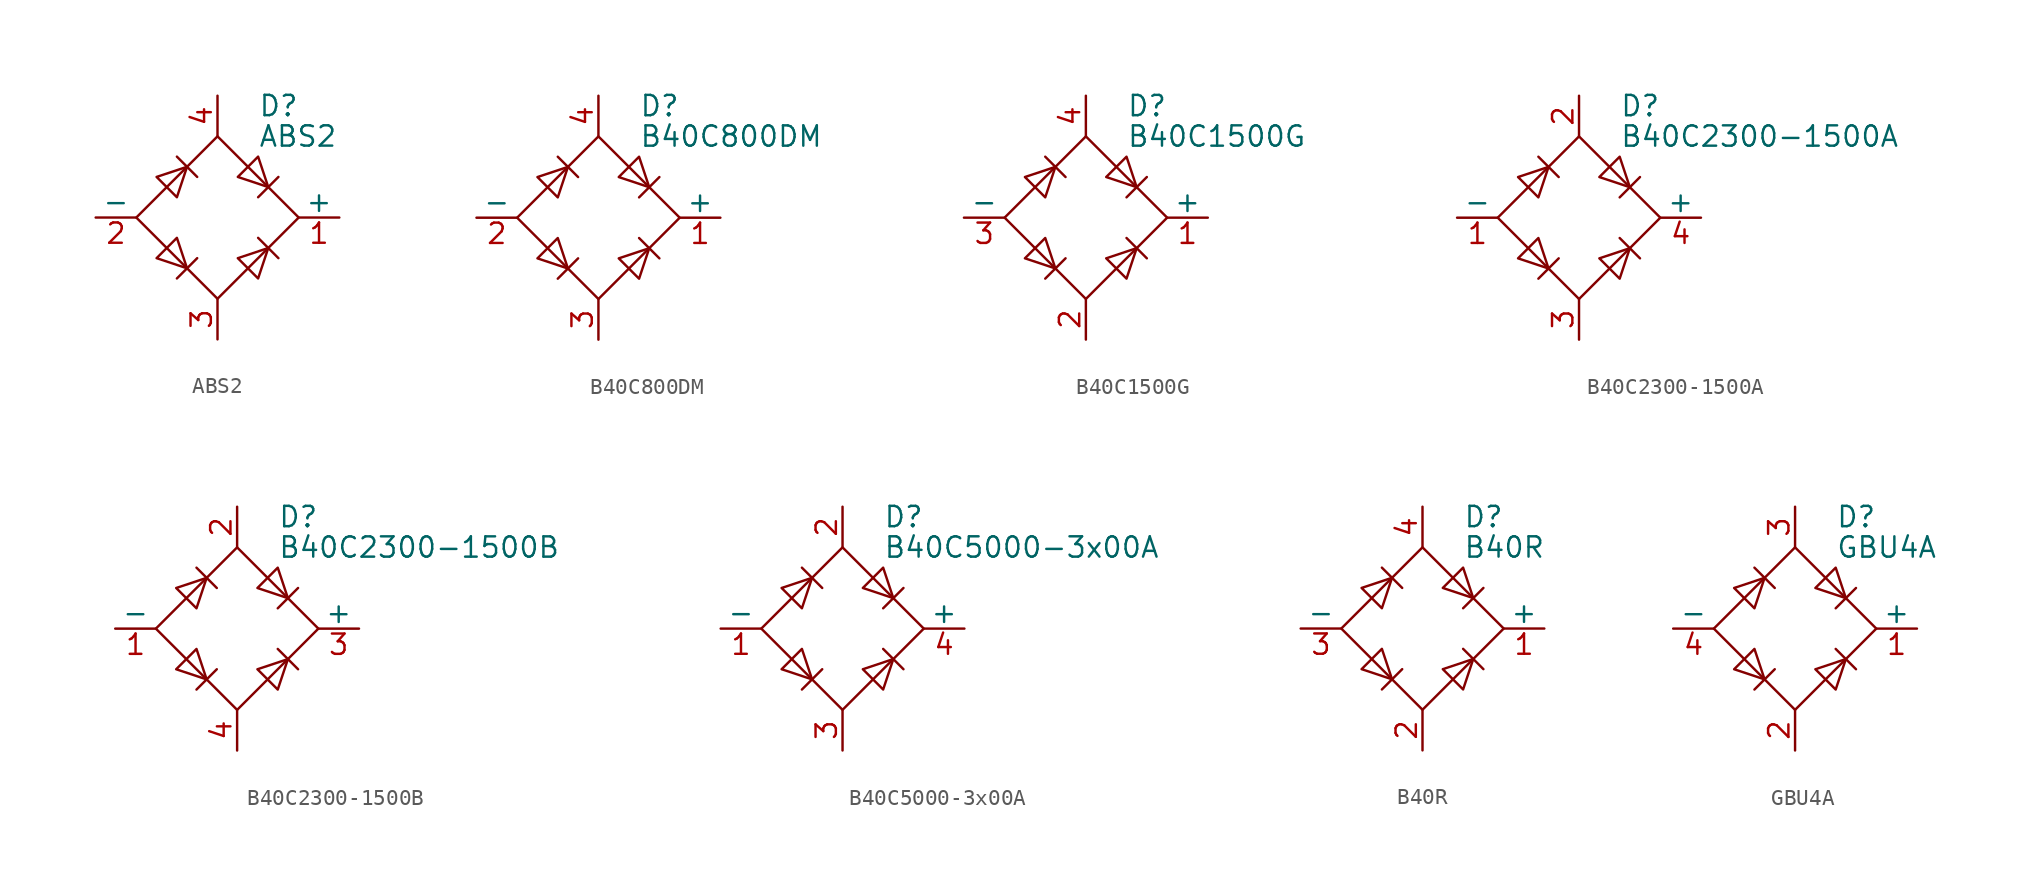
<source format=kicad_sym>
(kicad_symbol_lib
  (version 20201005)
  (generator kicad_symbol_editor)
  (symbol "Diode_Bridge:ABS2"
    (pin_names
      (offset 0))
    (property "Reference" "D"
      (at 2.54 6.985 0)
      (effects (font (size 1.27 1.27)) (justify left)))
    (property "Value" "ABS2"
      (at 2.54 5.08 0)
      (effects (font (size 1.27 1.27)) (justify left)))
    (symbol "ABS2_0_1"
      (polyline (pts (xy -2.54 3.81) (xy -1.27 2.54)) (stroke (width 0)) (fill (type none)))
      (polyline (pts (xy -1.27 -2.54) (xy -2.54 -3.81)) (stroke (width 0)) (fill (type none)))
      (polyline (pts (xy 2.54 -1.27) (xy 3.81 -2.54)) (stroke (width 0)) (fill (type none)))
      (polyline (pts (xy 2.54 1.27) (xy 3.81 2.54)) (stroke (width 0)) (fill (type none)))
      (polyline (pts (xy -3.81 2.54) (xy -2.54 1.27) (xy -1.905 3.175) (xy -3.81 2.54)) (stroke (width 0)) (fill (type none)))
      (polyline (pts (xy -2.54 -1.27) (xy -3.81 -2.54) (xy -1.905 -3.175) (xy -2.54 -1.27)) (stroke (width 0)) (fill (type none)))
      (polyline (pts (xy 1.27 2.54) (xy 2.54 3.81) (xy 3.175 1.905) (xy 1.27 2.54)) (stroke (width 0)) (fill (type none)))
      (polyline (pts (xy 3.175 -1.905) (xy 1.27 -2.54) (xy 2.54 -3.81) (xy 3.175 -1.905)) (stroke (width 0)) (fill (type none)))
      (polyline (pts (xy -5.08 0) (xy 0 -5.08) (xy 5.08 0) (xy 0 5.08) (xy -5.08 0)) (stroke (width 0)) (fill (type none))))
    (symbol "ABS2_1_1"
      (pin passive line (at 7.62 0 180) (length 2.54) (name "+" (effects (font (size 1.27 1.27)))) (number "1" (effects (font (size 1.27 1.27)))))
      (pin passive line (at -7.62 0 0) (length 2.54) (name "-" (effects (font (size 1.27 1.27)))) (number "2" (effects (font (size 1.27 1.27)))))
      (pin passive line (at 0 -7.62 90) (length 2.54) (name "~~" (effects (font (size 1.27 1.27)))) (number "3" (effects (font (size 1.27 1.27)))))
      (pin passive line (at 0 7.62 270) (length 2.54) (name "~~" (effects (font (size 1.27 1.27)))) (number "4" (effects (font (size 1.27 1.27)))))))
  (symbol "Diode_Bridge:B40C800DM"
    (pin_names
      (offset 0))
    (property "Reference" "D"
      (at 2.54 6.985 0)
      (effects (font (size 1.27 1.27)) (justify left)))
    (property "Value" "B40C800DM"
      (at 2.54 5.08 0)
      (effects (font (size 1.27 1.27)) (justify left)))
    (symbol "B40C800DM_0_1"
      (polyline (pts (xy -2.54 3.81) (xy -1.27 2.54)) (stroke (width 0)) (fill (type none)))
      (polyline (pts (xy -1.27 -2.54) (xy -2.54 -3.81)) (stroke (width 0)) (fill (type none)))
      (polyline (pts (xy 2.54 -1.27) (xy 3.81 -2.54)) (stroke (width 0)) (fill (type none)))
      (polyline (pts (xy 2.54 1.27) (xy 3.81 2.54)) (stroke (width 0)) (fill (type none)))
      (polyline (pts (xy -3.81 2.54) (xy -2.54 1.27) (xy -1.905 3.175) (xy -3.81 2.54)) (stroke (width 0)) (fill (type none)))
      (polyline (pts (xy -2.54 -1.27) (xy -3.81 -2.54) (xy -1.905 -3.175) (xy -2.54 -1.27)) (stroke (width 0)) (fill (type none)))
      (polyline (pts (xy 1.27 2.54) (xy 2.54 3.81) (xy 3.175 1.905) (xy 1.27 2.54)) (stroke (width 0)) (fill (type none)))
      (polyline (pts (xy 3.175 -1.905) (xy 1.27 -2.54) (xy 2.54 -3.81) (xy 3.175 -1.905)) (stroke (width 0)) (fill (type none)))
      (polyline (pts (xy -5.08 0) (xy 0 -5.08) (xy 5.08 0) (xy 0 5.08) (xy -5.08 0)) (stroke (width 0)) (fill (type none))))
    (symbol "B40C800DM_1_1"
      (pin passive line (at 7.62 0 180) (length 2.54) (name "+" (effects (font (size 1.27 1.27)))) (number "1" (effects (font (size 1.27 1.27)))))
      (pin passive line (at -7.62 0 0) (length 2.54) (name "-" (effects (font (size 1.27 1.27)))) (number "2" (effects (font (size 1.27 1.27)))))
      (pin passive line (at 0 -7.62 90) (length 2.54) (name "~~" (effects (font (size 1.27 1.27)))) (number "3" (effects (font (size 1.27 1.27)))))
      (pin passive line (at 0 7.62 270) (length 2.54) (name "~~" (effects (font (size 1.27 1.27)))) (number "4" (effects (font (size 1.27 1.27)))))))
  (symbol "Diode_Bridge:B40C1500G"
    (pin_names
      (offset 0))
    (property "Reference" "D"
      (at 2.54 6.985 0)
      (effects (font (size 1.27 1.27)) (justify left)))
    (property "Value" "B40C1500G"
      (at 2.54 5.08 0)
      (effects (font (size 1.27 1.27)) (justify left)))
    (symbol "B40C1500G_0_1"
      (polyline (pts (xy -2.54 3.81) (xy -1.27 2.54)) (stroke (width 0)) (fill (type none)))
      (polyline (pts (xy -1.27 -2.54) (xy -2.54 -3.81)) (stroke (width 0)) (fill (type none)))
      (polyline (pts (xy 2.54 -1.27) (xy 3.81 -2.54)) (stroke (width 0)) (fill (type none)))
      (polyline (pts (xy 2.54 1.27) (xy 3.81 2.54)) (stroke (width 0)) (fill (type none)))
      (polyline (pts (xy -3.81 2.54) (xy -2.54 1.27) (xy -1.905 3.175) (xy -3.81 2.54)) (stroke (width 0)) (fill (type none)))
      (polyline (pts (xy -2.54 -1.27) (xy -3.81 -2.54) (xy -1.905 -3.175) (xy -2.54 -1.27)) (stroke (width 0)) (fill (type none)))
      (polyline (pts (xy 1.27 2.54) (xy 2.54 3.81) (xy 3.175 1.905) (xy 1.27 2.54)) (stroke (width 0)) (fill (type none)))
      (polyline (pts (xy 3.175 -1.905) (xy 1.27 -2.54) (xy 2.54 -3.81) (xy 3.175 -1.905)) (stroke (width 0)) (fill (type none)))
      (polyline (pts (xy -5.08 0) (xy 0 -5.08) (xy 5.08 0) (xy 0 5.08) (xy -5.08 0)) (stroke (width 0)) (fill (type none))))
    (symbol "B40C1500G_1_1"
      (pin passive line (at 7.62 0 180) (length 2.54) (name "+" (effects (font (size 1.27 1.27)))) (number "1" (effects (font (size 1.27 1.27)))))
      (pin passive line (at 0 -7.62 90) (length 2.54) (name "~~" (effects (font (size 1.27 1.27)))) (number "2" (effects (font (size 1.27 1.27)))))
      (pin passive line (at -7.62 0 0) (length 2.54) (name "-" (effects (font (size 1.27 1.27)))) (number "3" (effects (font (size 1.27 1.27)))))
      (pin passive line (at 0 7.62 270) (length 2.54) (name "~~" (effects (font (size 1.27 1.27)))) (number "4" (effects (font (size 1.27 1.27)))))))
  (symbol "Diode_Bridge:B40C2300-1500A"
    (pin_names
      (offset 0))
    (property "Reference" "D"
      (at 2.54 6.985 0)
      (effects (font (size 1.27 1.27)) (justify left)))
    (property "Value" "B40C2300-1500A"
      (at 2.54 5.08 0)
      (effects (font (size 1.27 1.27)) (justify left)))
    (symbol "B40C2300-1500A_0_1"
      (polyline (pts (xy -2.54 3.81) (xy -1.27 2.54)) (stroke (width 0)) (fill (type none)))
      (polyline (pts (xy -1.27 -2.54) (xy -2.54 -3.81)) (stroke (width 0)) (fill (type none)))
      (polyline (pts (xy 2.54 -1.27) (xy 3.81 -2.54)) (stroke (width 0)) (fill (type none)))
      (polyline (pts (xy 2.54 1.27) (xy 3.81 2.54)) (stroke (width 0)) (fill (type none)))
      (polyline (pts (xy -3.81 2.54) (xy -2.54 1.27) (xy -1.905 3.175) (xy -3.81 2.54)) (stroke (width 0)) (fill (type none)))
      (polyline (pts (xy -2.54 -1.27) (xy -3.81 -2.54) (xy -1.905 -3.175) (xy -2.54 -1.27)) (stroke (width 0)) (fill (type none)))
      (polyline (pts (xy 1.27 2.54) (xy 2.54 3.81) (xy 3.175 1.905) (xy 1.27 2.54)) (stroke (width 0)) (fill (type none)))
      (polyline (pts (xy 3.175 -1.905) (xy 1.27 -2.54) (xy 2.54 -3.81) (xy 3.175 -1.905)) (stroke (width 0)) (fill (type none)))
      (polyline (pts (xy -5.08 0) (xy 0 -5.08) (xy 5.08 0) (xy 0 5.08) (xy -5.08 0)) (stroke (width 0)) (fill (type none))))
    (symbol "B40C2300-1500A_1_1"
      (pin passive line (at -7.62 0 0) (length 2.54) (name "-" (effects (font (size 1.27 1.27)))) (number "1" (effects (font (size 1.27 1.27)))))
      (pin passive line (at 0 7.62 270) (length 2.54) (name "~~" (effects (font (size 1.27 1.27)))) (number "2" (effects (font (size 1.27 1.27)))))
      (pin passive line (at 0 -7.62 90) (length 2.54) (name "~~" (effects (font (size 1.27 1.27)))) (number "3" (effects (font (size 1.27 1.27)))))
      (pin passive line (at 7.62 0 180) (length 2.54) (name "+" (effects (font (size 1.27 1.27)))) (number "4" (effects (font (size 1.27 1.27)))))))
  (symbol "Diode_Bridge:B40C2300-1500B"
    (pin_names
      (offset 0))
    (property "Reference" "D"
      (at 2.54 6.985 0)
      (effects (font (size 1.27 1.27)) (justify left)))
    (property "Value" "B40C2300-1500B"
      (at 2.54 5.08 0)
      (effects (font (size 1.27 1.27)) (justify left)))
    (symbol "B40C2300-1500B_0_1"
      (polyline (pts (xy -2.54 3.81) (xy -1.27 2.54)) (stroke (width 0)) (fill (type none)))
      (polyline (pts (xy -1.27 -2.54) (xy -2.54 -3.81)) (stroke (width 0)) (fill (type none)))
      (polyline (pts (xy 2.54 -1.27) (xy 3.81 -2.54)) (stroke (width 0)) (fill (type none)))
      (polyline (pts (xy 2.54 1.27) (xy 3.81 2.54)) (stroke (width 0)) (fill (type none)))
      (polyline (pts (xy -3.81 2.54) (xy -2.54 1.27) (xy -1.905 3.175) (xy -3.81 2.54)) (stroke (width 0)) (fill (type none)))
      (polyline (pts (xy -2.54 -1.27) (xy -3.81 -2.54) (xy -1.905 -3.175) (xy -2.54 -1.27)) (stroke (width 0)) (fill (type none)))
      (polyline (pts (xy 1.27 2.54) (xy 2.54 3.81) (xy 3.175 1.905) (xy 1.27 2.54)) (stroke (width 0)) (fill (type none)))
      (polyline (pts (xy 3.175 -1.905) (xy 1.27 -2.54) (xy 2.54 -3.81) (xy 3.175 -1.905)) (stroke (width 0)) (fill (type none)))
      (polyline (pts (xy -5.08 0) (xy 0 -5.08) (xy 5.08 0) (xy 0 5.08) (xy -5.08 0)) (stroke (width 0)) (fill (type none))))
    (symbol "B40C2300-1500B_1_1"
      (pin passive line (at -7.62 0 0) (length 2.54) (name "-" (effects (font (size 1.27 1.27)))) (number "1" (effects (font (size 1.27 1.27)))))
      (pin passive line (at 0 7.62 270) (length 2.54) (name "~~" (effects (font (size 1.27 1.27)))) (number "2" (effects (font (size 1.27 1.27)))))
      (pin passive line (at 7.62 0 180) (length 2.54) (name "+" (effects (font (size 1.27 1.27)))) (number "3" (effects (font (size 1.27 1.27)))))
      (pin passive line (at 0 -7.62 90) (length 2.54) (name "~~" (effects (font (size 1.27 1.27)))) (number "4" (effects (font (size 1.27 1.27)))))))
  (symbol "Diode_Bridge:B40C5000-3x00A"
    (pin_names
      (offset 0))
    (property "Reference" "D"
      (at 2.54 6.985 0)
      (effects (font (size 1.27 1.27)) (justify left)))
    (property "Value" "B40C5000-3x00A"
      (at 2.54 5.08 0)
      (effects (font (size 1.27 1.27)) (justify left)))
    (symbol "B40C5000-3x00A_0_1"
      (polyline (pts (xy -2.54 3.81) (xy -1.27 2.54)) (stroke (width 0)) (fill (type none)))
      (polyline (pts (xy -1.27 -2.54) (xy -2.54 -3.81)) (stroke (width 0)) (fill (type none)))
      (polyline (pts (xy 2.54 -1.27) (xy 3.81 -2.54)) (stroke (width 0)) (fill (type none)))
      (polyline (pts (xy 2.54 1.27) (xy 3.81 2.54)) (stroke (width 0)) (fill (type none)))
      (polyline (pts (xy -3.81 2.54) (xy -2.54 1.27) (xy -1.905 3.175) (xy -3.81 2.54)) (stroke (width 0)) (fill (type none)))
      (polyline (pts (xy -2.54 -1.27) (xy -3.81 -2.54) (xy -1.905 -3.175) (xy -2.54 -1.27)) (stroke (width 0)) (fill (type none)))
      (polyline (pts (xy 1.27 2.54) (xy 2.54 3.81) (xy 3.175 1.905) (xy 1.27 2.54)) (stroke (width 0)) (fill (type none)))
      (polyline (pts (xy 3.175 -1.905) (xy 1.27 -2.54) (xy 2.54 -3.81) (xy 3.175 -1.905)) (stroke (width 0)) (fill (type none)))
      (polyline (pts (xy -5.08 0) (xy 0 -5.08) (xy 5.08 0) (xy 0 5.08) (xy -5.08 0)) (stroke (width 0)) (fill (type none))))
    (symbol "B40C5000-3x00A_1_1"
      (pin passive line (at -7.62 0 0) (length 2.54) (name "-" (effects (font (size 1.27 1.27)))) (number "1" (effects (font (size 1.27 1.27)))))
      (pin passive line (at 0 7.62 270) (length 2.54) (name "~~" (effects (font (size 1.27 1.27)))) (number "2" (effects (font (size 1.27 1.27)))))
      (pin passive line (at 0 -7.62 90) (length 2.54) (name "~~" (effects (font (size 1.27 1.27)))) (number "3" (effects (font (size 1.27 1.27)))))
      (pin passive line (at 7.62 0 180) (length 2.54) (name "+" (effects (font (size 1.27 1.27)))) (number "4" (effects (font (size 1.27 1.27)))))))
  (symbol "Diode_Bridge:B40R"
    (pin_names
      (offset 0))
    (property "Reference" "D"
      (at 2.54 6.985 0)
      (effects (font (size 1.27 1.27)) (justify left)))
    (property "Value" "B40R"
      (at 2.54 5.08 0)
      (effects (font (size 1.27 1.27)) (justify left)))
    (symbol "B40R_0_1"
      (polyline (pts (xy -2.54 3.81) (xy -1.27 2.54)) (stroke (width 0)) (fill (type none)))
      (polyline (pts (xy -1.27 -2.54) (xy -2.54 -3.81)) (stroke (width 0)) (fill (type none)))
      (polyline (pts (xy 2.54 -1.27) (xy 3.81 -2.54)) (stroke (width 0)) (fill (type none)))
      (polyline (pts (xy 2.54 1.27) (xy 3.81 2.54)) (stroke (width 0)) (fill (type none)))
      (polyline (pts (xy -3.81 2.54) (xy -2.54 1.27) (xy -1.905 3.175) (xy -3.81 2.54)) (stroke (width 0)) (fill (type none)))
      (polyline (pts (xy -2.54 -1.27) (xy -3.81 -2.54) (xy -1.905 -3.175) (xy -2.54 -1.27)) (stroke (width 0)) (fill (type none)))
      (polyline (pts (xy 1.27 2.54) (xy 2.54 3.81) (xy 3.175 1.905) (xy 1.27 2.54)) (stroke (width 0)) (fill (type none)))
      (polyline (pts (xy 3.175 -1.905) (xy 1.27 -2.54) (xy 2.54 -3.81) (xy 3.175 -1.905)) (stroke (width 0)) (fill (type none)))
      (polyline (pts (xy -5.08 0) (xy 0 -5.08) (xy 5.08 0) (xy 0 5.08) (xy -5.08 0)) (stroke (width 0)) (fill (type none))))
    (symbol "B40R_1_1"
      (pin passive line (at 7.62 0 180) (length 2.54) (name "+" (effects (font (size 1.27 1.27)))) (number "1" (effects (font (size 1.27 1.27)))))
      (pin passive line (at 0 -7.62 90) (length 2.54) (name "~~" (effects (font (size 1.27 1.27)))) (number "2" (effects (font (size 1.27 1.27)))))
      (pin passive line (at -7.62 0 0) (length 2.54) (name "-" (effects (font (size 1.27 1.27)))) (number "3" (effects (font (size 1.27 1.27)))))
      (pin passive line (at 0 7.62 270) (length 2.54) (name "~~" (effects (font (size 1.27 1.27)))) (number "4" (effects (font (size 1.27 1.27)))))))
  (symbol "Diode_Bridge:GBU4A"
    (pin_names
      (offset 0))
    (property "Reference" "D"
      (at 2.54 6.985 0)
      (effects (font (size 1.27 1.27)) (justify left)))
    (property "Value" "GBU4A"
      (at 2.54 5.08 0)
      (effects (font (size 1.27 1.27)) (justify left)))
    (symbol "GBU4A_0_1"
      (polyline (pts (xy -2.54 3.81) (xy -1.27 2.54)) (stroke (width 0)) (fill (type none)))
      (polyline (pts (xy -1.27 -2.54) (xy -2.54 -3.81)) (stroke (width 0)) (fill (type none)))
      (polyline (pts (xy 2.54 -1.27) (xy 3.81 -2.54)) (stroke (width 0)) (fill (type none)))
      (polyline (pts (xy 2.54 1.27) (xy 3.81 2.54)) (stroke (width 0)) (fill (type none)))
      (polyline (pts (xy -3.81 2.54) (xy -2.54 1.27) (xy -1.905 3.175) (xy -3.81 2.54)) (stroke (width 0)) (fill (type none)))
      (polyline (pts (xy -2.54 -1.27) (xy -3.81 -2.54) (xy -1.905 -3.175) (xy -2.54 -1.27)) (stroke (width 0)) (fill (type none)))
      (polyline (pts (xy 1.27 2.54) (xy 2.54 3.81) (xy 3.175 1.905) (xy 1.27 2.54)) (stroke (width 0)) (fill (type none)))
      (polyline (pts (xy 3.175 -1.905) (xy 1.27 -2.54) (xy 2.54 -3.81) (xy 3.175 -1.905)) (stroke (width 0)) (fill (type none)))
      (polyline (pts (xy -5.08 0) (xy 0 -5.08) (xy 5.08 0) (xy 0 5.08) (xy -5.08 0)) (stroke (width 0)) (fill (type none))))
    (symbol "GBU4A_1_1"
      (pin passive line (at 7.62 0 180) (length 2.54) (name "+" (effects (font (size 1.27 1.27)))) (number "1" (effects (font (size 1.27 1.27)))))
      (pin passive line (at 0 -7.62 90) (length 2.54) (name "~~" (effects (font (size 1.27 1.27)))) (number "2" (effects (font (size 1.27 1.27)))))
      (pin passive line (at 0 7.62 270) (length 2.54) (name "~~" (effects (font (size 1.27 1.27)))) (number "3" (effects (font (size 1.27 1.27)))))
      (pin passive line (at -7.62 0 0) (length 2.54) (name "-" (effects (font (size 1.27 1.27)))) (number "4" (effects (font (size 1.27 1.27))))))))
</source>
